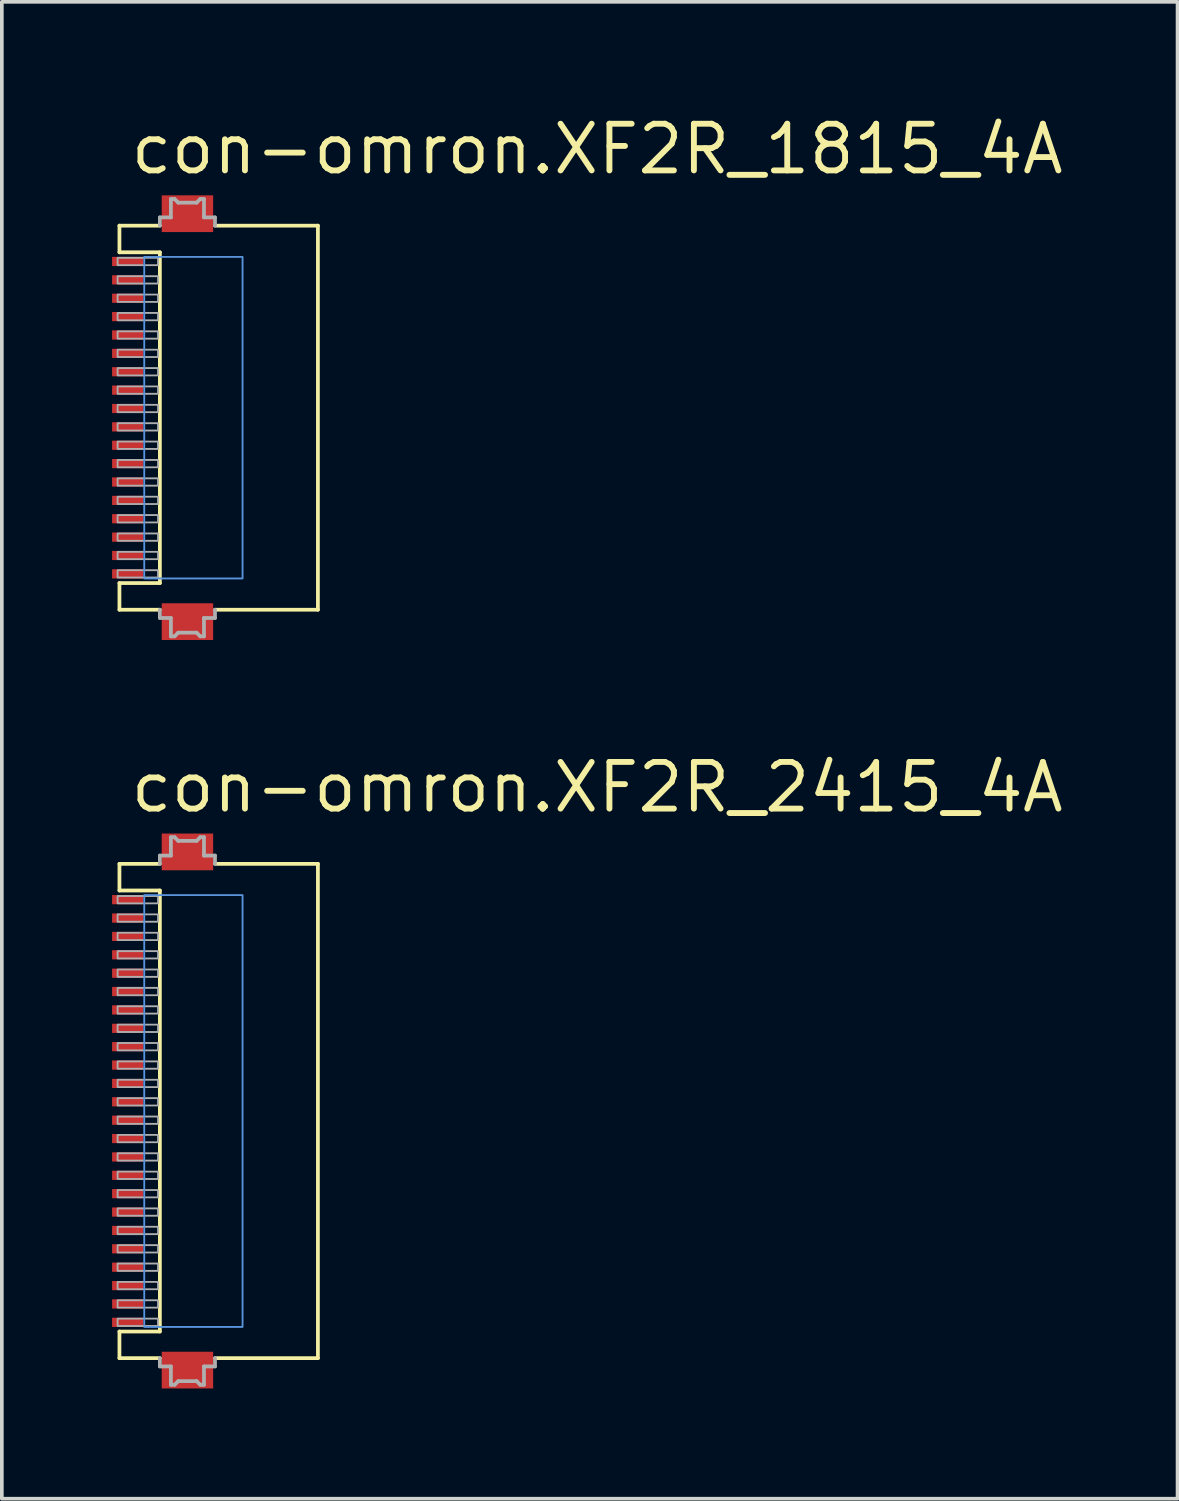
<source format=kicad_pcb>
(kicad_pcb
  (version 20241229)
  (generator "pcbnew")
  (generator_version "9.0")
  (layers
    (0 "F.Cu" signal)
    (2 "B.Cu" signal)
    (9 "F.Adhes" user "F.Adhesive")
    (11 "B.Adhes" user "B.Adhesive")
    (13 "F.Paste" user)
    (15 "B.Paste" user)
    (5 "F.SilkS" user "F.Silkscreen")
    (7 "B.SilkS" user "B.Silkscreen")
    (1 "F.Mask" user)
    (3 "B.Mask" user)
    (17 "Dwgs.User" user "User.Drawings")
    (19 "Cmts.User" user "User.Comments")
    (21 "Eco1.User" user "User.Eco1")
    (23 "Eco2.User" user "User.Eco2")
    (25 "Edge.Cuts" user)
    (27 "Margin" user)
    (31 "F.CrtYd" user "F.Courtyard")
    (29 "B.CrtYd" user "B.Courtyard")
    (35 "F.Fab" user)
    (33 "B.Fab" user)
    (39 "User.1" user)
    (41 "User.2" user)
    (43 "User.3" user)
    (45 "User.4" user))
  (footprint "con-omron.XF2R_1815_4A"
    (layer "F.Cu")
    (at 2.965 8.315)
    (property "Reference" "con-omron.XF2R_1815_4A" (at -2.54 -6.565 0) (layer "F.SilkS") (effects (font (size 1.27 1.27) (thickness 0.16)) (justify left bottom)))
    (attr smd)
    (fp_line (start -2.765 -5.225) (end -2.765 -4.5) (stroke (width 0.102) (type default)) (layer "F.SilkS"))
    (fp_line (start -2.765 -5.225) (end -1.665 -5.225) (stroke (width 0.102) (type default)) (layer "F.SilkS"))
    (fp_line (start -2.765 -4.5) (end -1.665 -4.5) (stroke (width 0.102) (type default)) (layer "F.SilkS"))
    (fp_line (start -2.765 4.5) (end -2.765 5.225) (stroke (width 0.102) (type default)) (layer "F.SilkS"))
    (fp_line (start -2.765 5.225) (end -1.665 5.225) (stroke (width 0.102) (type default)) (layer "F.SilkS"))
    (fp_line (start -1.665 -4.5) (end -1.665 4.5) (stroke (width 0.102) (type default)) (layer "F.SilkS"))
    (fp_line (start -1.665 4.5) (end -2.765 4.5) (stroke (width 0.102) (type default)) (layer "F.SilkS"))
    (fp_line (start -0.165 5.225) (end 2.635 5.225) (stroke (width 0.102) (type default)) (layer "F.SilkS"))
    (fp_line (start 2.635 -5.225) (end -0.165 -5.225) (stroke (width 0.102) (type default)) (layer "F.SilkS"))
    (fp_line (start 2.635 5.225) (end 2.635 -5.225) (stroke (width 0.102) (type default)) (layer "F.SilkS"))
    (fp_rect (start -2.09 4.375) (end 0.585 -4.375) (stroke (width 0.05) (type default)) (fill no) (layer "Cmts.User"))
    (fp_line (start -1.665 -5.45) (end -1.665 -5.225) (stroke (width 0.102) (type default)) (layer "F.Fab"))
    (fp_line (start -1.665 5.225) (end -1.665 5.45) (stroke (width 0.102) (type default)) (layer "F.Fab"))
    (fp_line (start -1.665 5.45) (end -1.365 5.45) (stroke (width 0.102) (type default)) (layer "F.Fab"))
    (fp_line (start -1.365 -5.95) (end -1.365 -5.45) (stroke (width 0.102) (type default)) (layer "F.Fab"))
    (fp_line (start -1.365 -5.45) (end -1.665 -5.45) (stroke (width 0.102) (type default)) (layer "F.Fab"))
    (fp_line (start -1.365 5.45) (end -1.365 5.95) (stroke (width 0.102) (type default)) (layer "F.Fab"))
    (fp_line (start -1.365 5.95) (end -1.265 5.95) (stroke (width 0.102) (type default)) (layer "F.Fab"))
    (fp_line (start -1.265 -5.95) (end -1.365 -5.95) (stroke (width 0.102) (type default)) (layer "F.Fab"))
    (fp_line (start -1.265 5.95) (end -1.165 5.85) (stroke (width 0.102) (type default)) (layer "F.Fab"))
    (fp_line (start -1.165 -5.85) (end -1.265 -5.95) (stroke (width 0.102) (type default)) (layer "F.Fab"))
    (fp_line (start -1.165 5.85) (end -0.665 5.85) (stroke (width 0.102) (type default)) (layer "F.Fab"))
    (fp_line (start -0.665 -5.85) (end -1.165 -5.85) (stroke (width 0.102) (type default)) (layer "F.Fab"))
    (fp_line (start -0.665 5.85) (end -0.565 5.95) (stroke (width 0.102) (type default)) (layer "F.Fab"))
    (fp_line (start -0.565 -5.95) (end -0.665 -5.85) (stroke (width 0.102) (type default)) (layer "F.Fab"))
    (fp_line (start -0.565 5.95) (end -0.465 5.95) (stroke (width 0.102) (type default)) (layer "F.Fab"))
    (fp_line (start -0.465 -5.95) (end -0.565 -5.95) (stroke (width 0.102) (type default)) (layer "F.Fab"))
    (fp_line (start -0.465 -5.45) (end -0.465 -5.95) (stroke (width 0.102) (type default)) (layer "F.Fab"))
    (fp_line (start -0.465 5.45) (end -0.165 5.45) (stroke (width 0.102) (type default)) (layer "F.Fab"))
    (fp_line (start -0.465 5.95) (end -0.465 5.45) (stroke (width 0.102) (type default)) (layer "F.Fab"))
    (fp_line (start -0.165 -5.45) (end -0.465 -5.45) (stroke (width 0.102) (type default)) (layer "F.Fab"))
    (fp_line (start -0.165 -5.225) (end -0.165 -5.45) (stroke (width 0.102) (type default)) (layer "F.Fab"))
    (fp_line (start -0.165 5.45) (end -0.165 5.225) (stroke (width 0.102) (type default)) (layer "F.Fab"))
    (fp_rect (start -2.815 -4.15) (end -1.715 -4.35) (stroke (width 0.05) (type default)) (fill no) (layer "F.Fab"))
    (fp_rect (start -2.815 -3.65) (end -1.715 -3.85) (stroke (width 0.05) (type default)) (fill no) (layer "F.Fab"))
    (fp_rect (start -2.815 -3.15) (end -1.715 -3.35) (stroke (width 0.05) (type default)) (fill no) (layer "F.Fab"))
    (fp_rect (start -2.815 -2.65) (end -1.715 -2.85) (stroke (width 0.05) (type default)) (fill no) (layer "F.Fab"))
    (fp_rect (start -2.815 -2.15) (end -1.715 -2.35) (stroke (width 0.05) (type default)) (fill no) (layer "F.Fab"))
    (fp_rect (start -2.815 -1.65) (end -1.715 -1.85) (stroke (width 0.05) (type default)) (fill no) (layer "F.Fab"))
    (fp_rect (start -2.815 -1.15) (end -1.715 -1.35) (stroke (width 0.05) (type default)) (fill no) (layer "F.Fab"))
    (fp_rect (start -2.815 -0.65) (end -1.715 -0.85) (stroke (width 0.05) (type default)) (fill no) (layer "F.Fab"))
    (fp_rect (start -2.815 -0.15) (end -1.715 -0.35) (stroke (width 0.05) (type default)) (fill no) (layer "F.Fab"))
    (fp_rect (start -2.815 0.35) (end -1.715 0.15) (stroke (width 0.05) (type default)) (fill no) (layer "F.Fab"))
    (fp_rect (start -2.815 0.85) (end -1.715 0.65) (stroke (width 0.05) (type default)) (fill no) (layer "F.Fab"))
    (fp_rect (start -2.815 1.35) (end -1.715 1.15) (stroke (width 0.05) (type default)) (fill no) (layer "F.Fab"))
    (fp_rect (start -2.815 1.85) (end -1.715 1.65) (stroke (width 0.05) (type default)) (fill no) (layer "F.Fab"))
    (fp_rect (start -2.815 2.35) (end -1.715 2.15) (stroke (width 0.05) (type default)) (fill no) (layer "F.Fab"))
    (fp_rect (start -2.815 2.85) (end -1.715 2.65) (stroke (width 0.05) (type default)) (fill no) (layer "F.Fab"))
    (fp_rect (start -2.815 3.35) (end -1.715 3.15) (stroke (width 0.05) (type default)) (fill no) (layer "F.Fab"))
    (fp_rect (start -2.815 3.85) (end -1.715 3.65) (stroke (width 0.05) (type default)) (fill no) (layer "F.Fab"))
    (fp_rect (start -2.815 4.35) (end -1.715 4.15) (stroke (width 0.05) (type default)) (fill no) (layer "F.Fab"))
    (pad "1" smd roundrect (at -2.54 -4.25) (size 0.85 0.25) (layers "F.Cu" "F.Mask" "F.Paste") (roundrect_rratio 0.01))
    (pad "2" smd roundrect (at -2.54 -3.75) (size 0.85 0.25) (layers "F.Cu" "F.Mask" "F.Paste") (roundrect_rratio 0.01))
    (pad "3" smd roundrect (at -2.54 -3.25) (size 0.85 0.25) (layers "F.Cu" "F.Mask" "F.Paste") (roundrect_rratio 0.01))
    (pad "4" smd roundrect (at -2.54 -2.75) (size 0.85 0.25) (layers "F.Cu" "F.Mask" "F.Paste") (roundrect_rratio 0.01))
    (pad "5" smd roundrect (at -2.54 -2.25) (size 0.85 0.25) (layers "F.Cu" "F.Mask" "F.Paste") (roundrect_rratio 0.01))
    (pad "6" smd roundrect (at -2.54 -1.75) (size 0.85 0.25) (layers "F.Cu" "F.Mask" "F.Paste") (roundrect_rratio 0.01))
    (pad "7" smd roundrect (at -2.54 -1.25) (size 0.85 0.25) (layers "F.Cu" "F.Mask" "F.Paste") (roundrect_rratio 0.01))
    (pad "8" smd roundrect (at -2.54 -0.75) (size 0.85 0.25) (layers "F.Cu" "F.Mask" "F.Paste") (roundrect_rratio 0.01))
    (pad "9" smd roundrect (at -2.54 -0.25) (size 0.85 0.25) (layers "F.Cu" "F.Mask" "F.Paste") (roundrect_rratio 0.01))
    (pad "10" smd roundrect (at -2.54 0.25) (size 0.85 0.25) (layers "F.Cu" "F.Mask" "F.Paste") (roundrect_rratio 0.01))
    (pad "11" smd roundrect (at -2.54 0.75) (size 0.85 0.25) (layers "F.Cu" "F.Mask" "F.Paste") (roundrect_rratio 0.01))
    (pad "12" smd roundrect (at -2.54 1.25) (size 0.85 0.25) (layers "F.Cu" "F.Mask" "F.Paste") (roundrect_rratio 0.01))
    (pad "13" smd roundrect (at -2.54 1.75) (size 0.85 0.25) (layers "F.Cu" "F.Mask" "F.Paste") (roundrect_rratio 0.01))
    (pad "14" smd roundrect (at -2.54 2.25) (size 0.85 0.25) (layers "F.Cu" "F.Mask" "F.Paste") (roundrect_rratio 0.01))
    (pad "15" smd roundrect (at -2.54 2.75) (size 0.85 0.25) (layers "F.Cu" "F.Mask" "F.Paste") (roundrect_rratio 0.01))
    (pad "16" smd roundrect (at -2.54 3.25) (size 0.85 0.25) (layers "F.Cu" "F.Mask" "F.Paste") (roundrect_rratio 0.01))
    (pad "17" smd roundrect (at -2.54 3.75) (size 0.85 0.25) (layers "F.Cu" "F.Mask" "F.Paste") (roundrect_rratio 0.01))
    (pad "18" smd roundrect (at -2.54 4.25) (size 0.85 0.25) (layers "F.Cu" "F.Mask" "F.Paste") (roundrect_rratio 0.01))
    (pad "M1" smd roundrect (at -0.915 -5.55 180) (size 1.4 1) (layers "F.Cu" "F.Mask" "F.Paste") (roundrect_rratio 0.01))
    (pad "M2" smd roundrect (at -0.915 5.55 180) (size 1.4 1) (layers "F.Cu" "F.Mask" "F.Paste") (roundrect_rratio 0.01)))
  (footprint "con-omron.XF2R_2415_4A"
    (layer "F.Cu")
    (at 2.965 27.18)
    (property "Reference" "con-omron.XF2R_2415_4A" (at -2.54 -8.065 0) (layer "F.SilkS") (effects (font (size 1.27 1.27) (thickness 0.16)) (justify left bottom)))
    (attr smd)
    (fp_line (start -2.765 -6.725) (end -2.765 -6) (stroke (width 0.102) (type default)) (layer "F.SilkS"))
    (fp_line (start -2.765 -6.725) (end -1.665 -6.725) (stroke (width 0.102) (type default)) (layer "F.SilkS"))
    (fp_line (start -2.765 -6) (end -1.665 -6) (stroke (width 0.102) (type default)) (layer "F.SilkS"))
    (fp_line (start -2.765 6) (end -2.765 6.725) (stroke (width 0.102) (type default)) (layer "F.SilkS"))
    (fp_line (start -2.765 6.725) (end -1.665 6.725) (stroke (width 0.102) (type default)) (layer "F.SilkS"))
    (fp_line (start -1.665 -6) (end -1.665 6) (stroke (width 0.102) (type default)) (layer "F.SilkS"))
    (fp_line (start -1.665 6) (end -2.765 6) (stroke (width 0.102) (type default)) (layer "F.SilkS"))
    (fp_line (start -0.165 6.725) (end 2.635 6.725) (stroke (width 0.102) (type default)) (layer "F.SilkS"))
    (fp_line (start 2.635 -6.725) (end -0.165 -6.725) (stroke (width 0.102) (type default)) (layer "F.SilkS"))
    (fp_line (start 2.635 6.725) (end 2.635 -6.725) (stroke (width 0.102) (type default)) (layer "F.SilkS"))
    (fp_rect (start -2.09 5.875) (end 0.585 -5.875) (stroke (width 0.05) (type default)) (fill no) (layer "Cmts.User"))
    (fp_line (start -1.665 -6.95) (end -1.665 -6.725) (stroke (width 0.102) (type default)) (layer "F.Fab"))
    (fp_line (start -1.665 6.725) (end -1.665 6.95) (stroke (width 0.102) (type default)) (layer "F.Fab"))
    (fp_line (start -1.665 6.95) (end -1.365 6.95) (stroke (width 0.102) (type default)) (layer "F.Fab"))
    (fp_line (start -1.365 -7.45) (end -1.365 -6.95) (stroke (width 0.102) (type default)) (layer "F.Fab"))
    (fp_line (start -1.365 -6.95) (end -1.665 -6.95) (stroke (width 0.102) (type default)) (layer "F.Fab"))
    (fp_line (start -1.365 6.95) (end -1.365 7.45) (stroke (width 0.102) (type default)) (layer "F.Fab"))
    (fp_line (start -1.365 7.45) (end -1.265 7.45) (stroke (width 0.102) (type default)) (layer "F.Fab"))
    (fp_line (start -1.265 -7.45) (end -1.365 -7.45) (stroke (width 0.102) (type default)) (layer "F.Fab"))
    (fp_line (start -1.265 7.45) (end -1.165 7.35) (stroke (width 0.102) (type default)) (layer "F.Fab"))
    (fp_line (start -1.165 -7.35) (end -1.265 -7.45) (stroke (width 0.102) (type default)) (layer "F.Fab"))
    (fp_line (start -1.165 7.35) (end -0.665 7.35) (stroke (width 0.102) (type default)) (layer "F.Fab"))
    (fp_line (start -0.665 -7.35) (end -1.165 -7.35) (stroke (width 0.102) (type default)) (layer "F.Fab"))
    (fp_line (start -0.665 7.35) (end -0.565 7.45) (stroke (width 0.102) (type default)) (layer "F.Fab"))
    (fp_line (start -0.565 -7.45) (end -0.665 -7.35) (stroke (width 0.102) (type default)) (layer "F.Fab"))
    (fp_line (start -0.565 7.45) (end -0.465 7.45) (stroke (width 0.102) (type default)) (layer "F.Fab"))
    (fp_line (start -0.465 -7.45) (end -0.565 -7.45) (stroke (width 0.102) (type default)) (layer "F.Fab"))
    (fp_line (start -0.465 -6.95) (end -0.465 -7.45) (stroke (width 0.102) (type default)) (layer "F.Fab"))
    (fp_line (start -0.465 6.95) (end -0.165 6.95) (stroke (width 0.102) (type default)) (layer "F.Fab"))
    (fp_line (start -0.465 7.45) (end -0.465 6.95) (stroke (width 0.102) (type default)) (layer "F.Fab"))
    (fp_line (start -0.165 -6.95) (end -0.465 -6.95) (stroke (width 0.102) (type default)) (layer "F.Fab"))
    (fp_line (start -0.165 -6.725) (end -0.165 -6.95) (stroke (width 0.102) (type default)) (layer "F.Fab"))
    (fp_line (start -0.165 6.95) (end -0.165 6.725) (stroke (width 0.102) (type default)) (layer "F.Fab"))
    (fp_rect (start -2.815 -5.65) (end -1.715 -5.85) (stroke (width 0.05) (type default)) (fill no) (layer "F.Fab"))
    (fp_rect (start -2.815 -5.15) (end -1.715 -5.35) (stroke (width 0.05) (type default)) (fill no) (layer "F.Fab"))
    (fp_rect (start -2.815 -4.65) (end -1.715 -4.85) (stroke (width 0.05) (type default)) (fill no) (layer "F.Fab"))
    (fp_rect (start -2.815 -4.15) (end -1.715 -4.35) (stroke (width 0.05) (type default)) (fill no) (layer "F.Fab"))
    (fp_rect (start -2.815 -3.65) (end -1.715 -3.85) (stroke (width 0.05) (type default)) (fill no) (layer "F.Fab"))
    (fp_rect (start -2.815 -3.15) (end -1.715 -3.35) (stroke (width 0.05) (type default)) (fill no) (layer "F.Fab"))
    (fp_rect (start -2.815 -2.65) (end -1.715 -2.85) (stroke (width 0.05) (type default)) (fill no) (layer "F.Fab"))
    (fp_rect (start -2.815 -2.15) (end -1.715 -2.35) (stroke (width 0.05) (type default)) (fill no) (layer "F.Fab"))
    (fp_rect (start -2.815 -1.65) (end -1.715 -1.85) (stroke (width 0.05) (type default)) (fill no) (layer "F.Fab"))
    (fp_rect (start -2.815 -1.15) (end -1.715 -1.35) (stroke (width 0.05) (type default)) (fill no) (layer "F.Fab"))
    (fp_rect (start -2.815 -0.65) (end -1.715 -0.85) (stroke (width 0.05) (type default)) (fill no) (layer "F.Fab"))
    (fp_rect (start -2.815 -0.15) (end -1.715 -0.35) (stroke (width 0.05) (type default)) (fill no) (layer "F.Fab"))
    (fp_rect (start -2.815 0.35) (end -1.715 0.15) (stroke (width 0.05) (type default)) (fill no) (layer "F.Fab"))
    (fp_rect (start -2.815 0.85) (end -1.715 0.65) (stroke (width 0.05) (type default)) (fill no) (layer "F.Fab"))
    (fp_rect (start -2.815 1.35) (end -1.715 1.15) (stroke (width 0.05) (type default)) (fill no) (layer "F.Fab"))
    (fp_rect (start -2.815 1.85) (end -1.715 1.65) (stroke (width 0.05) (type default)) (fill no) (layer "F.Fab"))
    (fp_rect (start -2.815 2.35) (end -1.715 2.15) (stroke (width 0.05) (type default)) (fill no) (layer "F.Fab"))
    (fp_rect (start -2.815 2.85) (end -1.715 2.65) (stroke (width 0.05) (type default)) (fill no) (layer "F.Fab"))
    (fp_rect (start -2.815 3.35) (end -1.715 3.15) (stroke (width 0.05) (type default)) (fill no) (layer "F.Fab"))
    (fp_rect (start -2.815 3.85) (end -1.715 3.65) (stroke (width 0.05) (type default)) (fill no) (layer "F.Fab"))
    (fp_rect (start -2.815 4.35) (end -1.715 4.15) (stroke (width 0.05) (type default)) (fill no) (layer "F.Fab"))
    (fp_rect (start -2.815 4.85) (end -1.715 4.65) (stroke (width 0.05) (type default)) (fill no) (layer "F.Fab"))
    (fp_rect (start -2.815 5.35) (end -1.715 5.15) (stroke (width 0.05) (type default)) (fill no) (layer "F.Fab"))
    (fp_rect (start -2.815 5.85) (end -1.715 5.65) (stroke (width 0.05) (type default)) (fill no) (layer "F.Fab"))
    (pad "1" smd roundrect (at -2.54 -5.75) (size 0.85 0.25) (layers "F.Cu" "F.Mask" "F.Paste") (roundrect_rratio 0.01))
    (pad "2" smd roundrect (at -2.54 -5.25) (size 0.85 0.25) (layers "F.Cu" "F.Mask" "F.Paste") (roundrect_rratio 0.01))
    (pad "3" smd roundrect (at -2.54 -4.75) (size 0.85 0.25) (layers "F.Cu" "F.Mask" "F.Paste") (roundrect_rratio 0.01))
    (pad "4" smd roundrect (at -2.54 -4.25) (size 0.85 0.25) (layers "F.Cu" "F.Mask" "F.Paste") (roundrect_rratio 0.01))
    (pad "5" smd roundrect (at -2.54 -3.75) (size 0.85 0.25) (layers "F.Cu" "F.Mask" "F.Paste") (roundrect_rratio 0.01))
    (pad "6" smd roundrect (at -2.54 -3.25) (size 0.85 0.25) (layers "F.Cu" "F.Mask" "F.Paste") (roundrect_rratio 0.01))
    (pad "7" smd roundrect (at -2.54 -2.75) (size 0.85 0.25) (layers "F.Cu" "F.Mask" "F.Paste") (roundrect_rratio 0.01))
    (pad "8" smd roundrect (at -2.54 -2.25) (size 0.85 0.25) (layers "F.Cu" "F.Mask" "F.Paste") (roundrect_rratio 0.01))
    (pad "9" smd roundrect (at -2.54 -1.75) (size 0.85 0.25) (layers "F.Cu" "F.Mask" "F.Paste") (roundrect_rratio 0.01))
    (pad "10" smd roundrect (at -2.54 -1.25) (size 0.85 0.25) (layers "F.Cu" "F.Mask" "F.Paste") (roundrect_rratio 0.01))
    (pad "11" smd roundrect (at -2.54 -0.75) (size 0.85 0.25) (layers "F.Cu" "F.Mask" "F.Paste") (roundrect_rratio 0.01))
    (pad "12" smd roundrect (at -2.54 -0.25) (size 0.85 0.25) (layers "F.Cu" "F.Mask" "F.Paste") (roundrect_rratio 0.01))
    (pad "13" smd roundrect (at -2.54 0.25) (size 0.85 0.25) (layers "F.Cu" "F.Mask" "F.Paste") (roundrect_rratio 0.01))
    (pad "14" smd roundrect (at -2.54 0.75) (size 0.85 0.25) (layers "F.Cu" "F.Mask" "F.Paste") (roundrect_rratio 0.01))
    (pad "15" smd roundrect (at -2.54 1.25) (size 0.85 0.25) (layers "F.Cu" "F.Mask" "F.Paste") (roundrect_rratio 0.01))
    (pad "16" smd roundrect (at -2.54 1.75) (size 0.85 0.25) (layers "F.Cu" "F.Mask" "F.Paste") (roundrect_rratio 0.01))
    (pad "17" smd roundrect (at -2.54 2.25) (size 0.85 0.25) (layers "F.Cu" "F.Mask" "F.Paste") (roundrect_rratio 0.01))
    (pad "18" smd roundrect (at -2.54 2.75) (size 0.85 0.25) (layers "F.Cu" "F.Mask" "F.Paste") (roundrect_rratio 0.01))
    (pad "19" smd roundrect (at -2.54 3.25) (size 0.85 0.25) (layers "F.Cu" "F.Mask" "F.Paste") (roundrect_rratio 0.01))
    (pad "20" smd roundrect (at -2.54 3.75) (size 0.85 0.25) (layers "F.Cu" "F.Mask" "F.Paste") (roundrect_rratio 0.01))
    (pad "21" smd roundrect (at -2.54 4.25) (size 0.85 0.25) (layers "F.Cu" "F.Mask" "F.Paste") (roundrect_rratio 0.01))
    (pad "22" smd roundrect (at -2.54 4.75) (size 0.85 0.25) (layers "F.Cu" "F.Mask" "F.Paste") (roundrect_rratio 0.01))
    (pad "23" smd roundrect (at -2.54 5.25) (size 0.85 0.25) (layers "F.Cu" "F.Mask" "F.Paste") (roundrect_rratio 0.01))
    (pad "24" smd roundrect (at -2.54 5.75) (size 0.85 0.25) (layers "F.Cu" "F.Mask" "F.Paste") (roundrect_rratio 0.01))
    (pad "M1" smd roundrect (at -0.915 -7.05 180) (size 1.4 1) (layers "F.Cu" "F.Mask" "F.Paste") (roundrect_rratio 0.01))
    (pad "M2" smd roundrect (at -0.915 7.05 180) (size 1.4 1) (layers "F.Cu" "F.Mask" "F.Paste") (roundrect_rratio 0.01)))
  (gr_rect
    (start -3 -3)
    (end 28.991 37.73)
    (stroke (width 0.1) (type default))
    (fill no)
    (layer "Edge.Cuts")))
</source>
